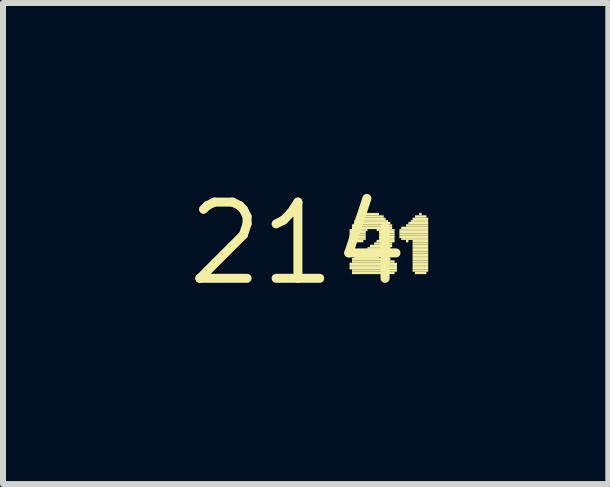
<source format=kicad_pcb>
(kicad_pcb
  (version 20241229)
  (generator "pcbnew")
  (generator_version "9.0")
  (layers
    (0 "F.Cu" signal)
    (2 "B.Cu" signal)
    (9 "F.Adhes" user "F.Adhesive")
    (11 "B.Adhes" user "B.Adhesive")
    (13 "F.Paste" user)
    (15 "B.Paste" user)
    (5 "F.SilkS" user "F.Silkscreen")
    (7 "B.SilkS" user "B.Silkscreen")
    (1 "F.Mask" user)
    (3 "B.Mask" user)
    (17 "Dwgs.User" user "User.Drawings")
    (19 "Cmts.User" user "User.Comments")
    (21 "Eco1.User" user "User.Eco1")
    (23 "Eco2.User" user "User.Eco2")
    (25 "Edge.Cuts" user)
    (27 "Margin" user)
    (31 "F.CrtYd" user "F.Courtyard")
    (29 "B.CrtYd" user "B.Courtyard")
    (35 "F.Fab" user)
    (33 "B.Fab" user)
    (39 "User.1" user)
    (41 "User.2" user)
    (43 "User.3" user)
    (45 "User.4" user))
  (footprint "214"
    (layer "F.Cu")
    (at 1.912 1.006)
    (property "Reference" "214" (at 0 0 0) (layer "F.SilkS") (effects (font (size 1.27 1.27) (thickness 0.15))))
    (fp_poly (pts (xy 0.86 -0.21) (xy 1.16 -0.21) (xy 1.16 -0.24) (xy 0.86 -0.24)) (stroke (width 0) (type default)) (fill yes) (layer "F.SilkS"))
    (fp_poly (pts (xy 0.86 -0.17) (xy 1.13 -0.17) (xy 1.13 -0.21) (xy 0.86 -0.21)) (stroke (width 0) (type default)) (fill yes) (layer "F.SilkS"))
    (fp_poly (pts (xy 0.86 -0.13) (xy 1.13 -0.13) (xy 1.13 -0.17) (xy 0.86 -0.17)) (stroke (width 0) (type default)) (fill yes) (layer "F.SilkS"))
    (fp_poly (pts (xy 0.86 -0.09) (xy 1.13 -0.09) (xy 1.13 -0.13) (xy 0.86 -0.13)) (stroke (width 0) (type default)) (fill yes) (layer "F.SilkS"))
    (fp_poly (pts (xy 0.86 -0.06) (xy 1.13 -0.06) (xy 1.13 -0.09) (xy 0.86 -0.09)) (stroke (width 0) (type default)) (fill yes) (layer "F.SilkS"))
    (fp_poly (pts (xy 0.86 0.36) (xy 1.65 0.36) (xy 1.65 0.32) (xy 0.86 0.32)) (stroke (width 0) (type default)) (fill yes) (layer "F.SilkS"))
    (fp_poly (pts (xy 0.86 0.39) (xy 1.65 0.39) (xy 1.65 0.36) (xy 0.86 0.36)) (stroke (width 0) (type default)) (fill yes) (layer "F.SilkS"))
    (fp_poly (pts (xy 0.86 0.43) (xy 1.65 0.43) (xy 1.65 0.39) (xy 0.86 0.39)) (stroke (width 0) (type default)) (fill yes) (layer "F.SilkS"))
    (fp_poly (pts (xy 0.9 -0.28) (xy 1.57 -0.28) (xy 1.57 -0.32) (xy 0.9 -0.32)) (stroke (width 0) (type default)) (fill yes) (layer "F.SilkS"))
    (fp_poly (pts (xy 0.9 -0.24) (xy 1.57 -0.24) (xy 1.57 -0.28) (xy 0.9 -0.28)) (stroke (width 0) (type default)) (fill yes) (layer "F.SilkS"))
    (fp_poly (pts (xy 0.9 -0.02) (xy 1.09 -0.02) (xy 1.09 -0.06) (xy 0.9 -0.06)) (stroke (width 0) (type default)) (fill yes) (layer "F.SilkS"))
    (fp_poly (pts (xy 0.9 0.28) (xy 1.54 0.28) (xy 1.54 0.24) (xy 0.9 0.24)) (stroke (width 0) (type default)) (fill yes) (layer "F.SilkS"))
    (fp_poly (pts (xy 0.9 0.32) (xy 1.61 0.32) (xy 1.61 0.28) (xy 0.9 0.28)) (stroke (width 0) (type default)) (fill yes) (layer "F.SilkS"))
    (fp_poly (pts (xy 0.9 0.47) (xy 1.65 0.47) (xy 1.65 0.43) (xy 0.9 0.43)) (stroke (width 0) (type default)) (fill yes) (layer "F.SilkS"))
    (fp_poly (pts (xy 0.9 0.51) (xy 1.61 0.51) (xy 1.61 0.47) (xy 0.9 0.47)) (stroke (width 0) (type default)) (fill yes) (layer "F.SilkS"))
    (fp_poly (pts (xy 0.94 -0.36) (xy 1.5 -0.36) (xy 1.5 -0.39) (xy 0.94 -0.39)) (stroke (width 0) (type default)) (fill yes) (layer "F.SilkS"))
    (fp_poly (pts (xy 0.94 -0.32) (xy 1.54 -0.32) (xy 1.54 -0.36) (xy 0.94 -0.36)) (stroke (width 0) (type default)) (fill yes) (layer "F.SilkS"))
    (fp_poly (pts (xy 0.94 0.24) (xy 1.35 0.24) (xy 1.35 0.21) (xy 0.94 0.21)) (stroke (width 0) (type default)) (fill yes) (layer "F.SilkS"))
    (fp_poly (pts (xy 0.97 -0.39) (xy 1.46 -0.39) (xy 1.46 -0.43) (xy 0.97 -0.43)) (stroke (width 0) (type default)) (fill yes) (layer "F.SilkS"))
    (fp_poly (pts (xy 0.97 0.21) (xy 1.43 0.21) (xy 1.43 0.17) (xy 0.97 0.17)) (stroke (width 0) (type default)) (fill yes) (layer "F.SilkS"))
    (fp_poly (pts (xy 1.01 0.17) (xy 1.46 0.17) (xy 1.46 0.13) (xy 1.01 0.13)) (stroke (width 0) (type default)) (fill yes) (layer "F.SilkS"))
    (fp_poly (pts (xy 1.05 -0.43) (xy 1.43 -0.43) (xy 1.43 -0.47) (xy 1.05 -0.47)) (stroke (width 0) (type default)) (fill yes) (layer "F.SilkS"))
    (fp_poly (pts (xy 1.09 0.13) (xy 1.5 0.13) (xy 1.5 0.09) (xy 1.09 0.09)) (stroke (width 0) (type default)) (fill yes) (layer "F.SilkS"))
    (fp_poly (pts (xy 1.13 -0.47) (xy 1.35 -0.47) (xy 1.35 -0.51) (xy 1.13 -0.51)) (stroke (width 0) (type default)) (fill yes) (layer "F.SilkS"))
    (fp_poly (pts (xy 1.16 0.09) (xy 1.54 0.09) (xy 1.54 0.06) (xy 1.16 0.06)) (stroke (width 0) (type default)) (fill yes) (layer "F.SilkS"))
    (fp_poly (pts (xy 1.2 0.06) (xy 1.57 0.06) (xy 1.57 0.02) (xy 1.2 0.02)) (stroke (width 0) (type default)) (fill yes) (layer "F.SilkS"))
    (fp_poly (pts (xy 1.27 0.02) (xy 1.57 0.02) (xy 1.57 -0.02) (xy 1.27 -0.02)) (stroke (width 0) (type default)) (fill yes) (layer "F.SilkS"))
    (fp_poly (pts (xy 1.31 -0.21) (xy 1.61 -0.21) (xy 1.61 -0.24) (xy 1.31 -0.24)) (stroke (width 0) (type default)) (fill yes) (layer "F.SilkS"))
    (fp_poly (pts (xy 1.31 -0.02) (xy 1.61 -0.02) (xy 1.61 -0.06) (xy 1.31 -0.06)) (stroke (width 0) (type default)) (fill yes) (layer "F.SilkS"))
    (fp_poly (pts (xy 1.35 -0.17) (xy 1.61 -0.17) (xy 1.61 -0.21) (xy 1.35 -0.21)) (stroke (width 0) (type default)) (fill yes) (layer "F.SilkS"))
    (fp_poly (pts (xy 1.35 -0.13) (xy 1.61 -0.13) (xy 1.61 -0.17) (xy 1.35 -0.17)) (stroke (width 0) (type default)) (fill yes) (layer "F.SilkS"))
    (fp_poly (pts (xy 1.35 -0.09) (xy 1.61 -0.09) (xy 1.61 -0.13) (xy 1.35 -0.13)) (stroke (width 0) (type default)) (fill yes) (layer "F.SilkS"))
    (fp_poly (pts (xy 1.35 -0.06) (xy 1.61 -0.06) (xy 1.61 -0.09) (xy 1.35 -0.09)) (stroke (width 0) (type default)) (fill yes) (layer "F.SilkS"))
    (fp_poly (pts (xy 1.69 -0.21) (xy 2.17 -0.21) (xy 2.17 -0.24) (xy 1.69 -0.24)) (stroke (width 0) (type default)) (fill yes) (layer "F.SilkS"))
    (fp_poly (pts (xy 1.69 -0.17) (xy 2.17 -0.17) (xy 2.17 -0.21) (xy 1.69 -0.21)) (stroke (width 0) (type default)) (fill yes) (layer "F.SilkS"))
    (fp_poly (pts (xy 1.69 -0.13) (xy 2.17 -0.13) (xy 2.17 -0.17) (xy 1.69 -0.17)) (stroke (width 0) (type default)) (fill yes) (layer "F.SilkS"))
    (fp_poly (pts (xy 1.69 -0.09) (xy 2.17 -0.09) (xy 2.17 -0.13) (xy 1.69 -0.13)) (stroke (width 0) (type default)) (fill yes) (layer "F.SilkS"))
    (fp_poly (pts (xy 1.72 -0.24) (xy 2.17 -0.24) (xy 2.17 -0.28) (xy 1.72 -0.28)) (stroke (width 0) (type default)) (fill yes) (layer "F.SilkS"))
    (fp_poly (pts (xy 1.72 -0.06) (xy 2.17 -0.06) (xy 2.17 -0.09) (xy 1.72 -0.09)) (stroke (width 0) (type default)) (fill yes) (layer "F.SilkS"))
    (fp_poly (pts (xy 1.8 -0.28) (xy 2.17 -0.28) (xy 2.17 -0.32) (xy 1.8 -0.32)) (stroke (width 0) (type default)) (fill yes) (layer "F.SilkS"))
    (fp_poly (pts (xy 1.8 -0.02) (xy 1.84 -0.02) (xy 1.84 -0.06) (xy 1.8 -0.06)) (stroke (width 0) (type default)) (fill yes) (layer "F.SilkS"))
    (fp_poly (pts (xy 1.84 -0.32) (xy 2.17 -0.32) (xy 2.17 -0.36) (xy 1.84 -0.36)) (stroke (width 0) (type default)) (fill yes) (layer "F.SilkS"))
    (fp_poly (pts (xy 1.88 -0.36) (xy 2.17 -0.36) (xy 2.17 -0.39) (xy 1.88 -0.39)) (stroke (width 0) (type default)) (fill yes) (layer "F.SilkS"))
    (fp_poly (pts (xy 1.91 -0.39) (xy 2.17 -0.39) (xy 2.17 -0.43) (xy 1.91 -0.43)) (stroke (width 0) (type default)) (fill yes) (layer "F.SilkS"))
    (fp_poly (pts (xy 1.91 -0.02) (xy 2.17 -0.02) (xy 2.17 -0.06) (xy 1.91 -0.06)) (stroke (width 0) (type default)) (fill yes) (layer "F.SilkS"))
    (fp_poly (pts (xy 1.91 0.02) (xy 2.17 0.02) (xy 2.17 -0.02) (xy 1.91 -0.02)) (stroke (width 0) (type default)) (fill yes) (layer "F.SilkS"))
    (fp_poly (pts (xy 1.91 0.06) (xy 2.17 0.06) (xy 2.17 0.02) (xy 1.91 0.02)) (stroke (width 0) (type default)) (fill yes) (layer "F.SilkS"))
    (fp_poly (pts (xy 1.91 0.09) (xy 2.17 0.09) (xy 2.17 0.06) (xy 1.91 0.06)) (stroke (width 0) (type default)) (fill yes) (layer "F.SilkS"))
    (fp_poly (pts (xy 1.91 0.13) (xy 2.17 0.13) (xy 2.17 0.09) (xy 1.91 0.09)) (stroke (width 0) (type default)) (fill yes) (layer "F.SilkS"))
    (fp_poly (pts (xy 1.91 0.17) (xy 2.17 0.17) (xy 2.17 0.13) (xy 1.91 0.13)) (stroke (width 0) (type default)) (fill yes) (layer "F.SilkS"))
    (fp_poly (pts (xy 1.91 0.21) (xy 2.17 0.21) (xy 2.17 0.17) (xy 1.91 0.17)) (stroke (width 0) (type default)) (fill yes) (layer "F.SilkS"))
    (fp_poly (pts (xy 1.91 0.24) (xy 2.17 0.24) (xy 2.17 0.21) (xy 1.91 0.21)) (stroke (width 0) (type default)) (fill yes) (layer "F.SilkS"))
    (fp_poly (pts (xy 1.91 0.28) (xy 2.17 0.28) (xy 2.17 0.24) (xy 1.91 0.24)) (stroke (width 0) (type default)) (fill yes) (layer "F.SilkS"))
    (fp_poly (pts (xy 1.91 0.32) (xy 2.17 0.32) (xy 2.17 0.28) (xy 1.91 0.28)) (stroke (width 0) (type default)) (fill yes) (layer "F.SilkS"))
    (fp_poly (pts (xy 1.91 0.36) (xy 2.17 0.36) (xy 2.17 0.32) (xy 1.91 0.32)) (stroke (width 0) (type default)) (fill yes) (layer "F.SilkS"))
    (fp_poly (pts (xy 1.91 0.39) (xy 2.17 0.39) (xy 2.17 0.36) (xy 1.91 0.36)) (stroke (width 0) (type default)) (fill yes) (layer "F.SilkS"))
    (fp_poly (pts (xy 1.91 0.43) (xy 2.17 0.43) (xy 2.17 0.39) (xy 1.91 0.39)) (stroke (width 0) (type default)) (fill yes) (layer "F.SilkS"))
    (fp_poly (pts (xy 1.91 0.47) (xy 2.17 0.47) (xy 2.17 0.43) (xy 1.91 0.43)) (stroke (width 0) (type default)) (fill yes) (layer "F.SilkS"))
    (fp_poly (pts (xy 1.95 -0.43) (xy 2.14 -0.43) (xy 2.14 -0.47) (xy 1.95 -0.47)) (stroke (width 0) (type default)) (fill yes) (layer "F.SilkS"))
    (fp_poly (pts (xy 1.95 0.51) (xy 2.14 0.51) (xy 2.14 0.47) (xy 1.95 0.47)) (stroke (width 0) (type default)) (fill yes) (layer "F.SilkS"))
    (fp_poly (pts (xy 2.02 -0.47) (xy 2.06 -0.47) (xy 2.06 -0.51) (xy 2.02 -0.51)) (stroke (width 0) (type default)) (fill yes) (layer "F.SilkS")))
  (gr_rect
    (start -3 -3)
    (end 7.082 5.012)
    (stroke (width 0.1) (type default))
    (fill no)
    (layer "Edge.Cuts")))
</source>
